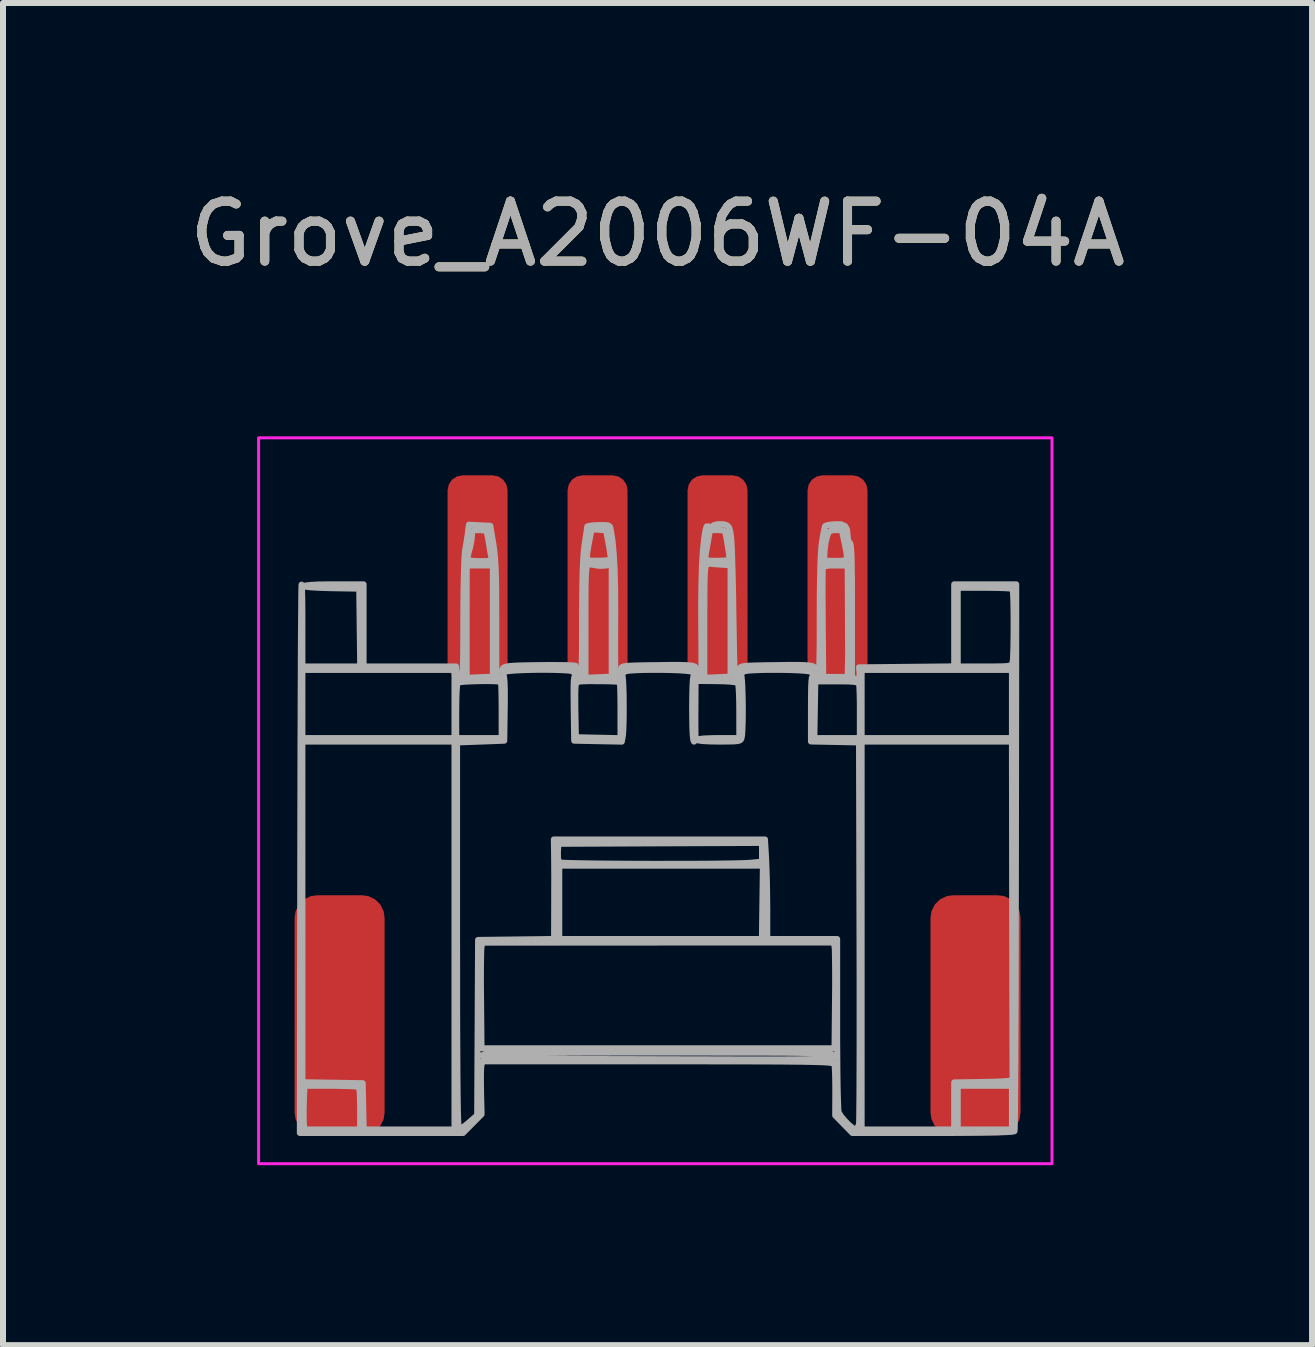
<source format=kicad_pcb>
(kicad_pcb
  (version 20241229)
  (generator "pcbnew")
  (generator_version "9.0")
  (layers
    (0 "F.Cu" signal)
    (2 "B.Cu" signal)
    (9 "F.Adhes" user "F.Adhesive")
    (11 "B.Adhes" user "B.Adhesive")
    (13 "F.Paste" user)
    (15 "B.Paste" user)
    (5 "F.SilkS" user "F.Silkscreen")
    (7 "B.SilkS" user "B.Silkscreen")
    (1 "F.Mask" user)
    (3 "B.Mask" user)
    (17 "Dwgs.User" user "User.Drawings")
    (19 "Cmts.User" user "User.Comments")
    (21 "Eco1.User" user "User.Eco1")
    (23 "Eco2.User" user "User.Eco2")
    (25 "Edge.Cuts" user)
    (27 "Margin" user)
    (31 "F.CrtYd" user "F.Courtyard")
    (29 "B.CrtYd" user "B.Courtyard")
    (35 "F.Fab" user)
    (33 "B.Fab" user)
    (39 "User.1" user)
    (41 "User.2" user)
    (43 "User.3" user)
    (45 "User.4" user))
  (footprint "Grove_A2006WF-04A"
    (layer "F.Cu")
    (at 7.911 10.373)
    (property "Reference" "Grove_A2006WF-04A" (at 0 -9.525 0) (unlocked yes) (layer "F.SilkS") (effects (font (size 1 1) (thickness 0.15))))
    (attr smd)
    (fp_rect (start -6.65 -6.125) (end 6.575 5.975) (stroke (width 0.05) (type solid)) (fill no) (layer "F.CrtYd"))
    (fp_poly (pts (xy -0.609 -2.216) (xy -0.613 -2.263) (xy -0.608 -2.285) (xy -0.597 -2.301) (xy -0.571 -2.313) (xy -0.524 -2.322) (xy -0.446 -2.327) (xy -0.332 -2.331) (xy -0.174 -2.334) (xy -0.003 -2.336) (xy 0.203 -2.339) (xy 0.358 -2.339) (xy 0.47 -2.336) (xy 0.547 -2.331) (xy 0.595 -2.322) (xy 0.624 -2.309) (xy 0.635 -2.299) (xy 0.658 -2.255) (xy 0.635 -2.218) (xy 0.601 -2.198) (xy 0.585 -2.219) (xy 0.553 -2.231) (xy 0.473 -2.241) (xy 0.358 -2.249) (xy 0.217 -2.254) (xy 0.063 -2.257) (xy -0.095 -2.257) (xy -0.244 -2.255) (xy -0.375 -2.25) (xy -0.475 -2.243) (xy -0.535 -2.233) (xy -0.545 -2.227) (xy -0.582 -2.197)) (stroke (width 0.1) (type solid)) (fill no) (layer "F.Fab"))
    (fp_poly (pts (xy 1.372 -2.216) (xy 1.368 -2.263) (xy 1.372 -2.285) (xy 1.384 -2.301) (xy 1.409 -2.313) (xy 1.457 -2.322) (xy 1.534 -2.327) (xy 1.648 -2.331) (xy 1.807 -2.334) (xy 1.978 -2.336) (xy 2.183 -2.339) (xy 2.339 -2.339) (xy 2.451 -2.336) (xy 2.527 -2.331) (xy 2.576 -2.322) (xy 2.605 -2.309) (xy 2.616 -2.299) (xy 2.639 -2.255) (xy 2.616 -2.218) (xy 2.582 -2.198) (xy 2.565 -2.219) (xy 2.533 -2.231) (xy 2.454 -2.241) (xy 2.339 -2.249) (xy 2.198 -2.254) (xy 2.044 -2.257) (xy 1.886 -2.257) (xy 1.736 -2.255) (xy 1.606 -2.25) (xy 1.505 -2.243) (xy 1.446 -2.233) (xy 1.435 -2.227) (xy 1.399 -2.197)) (stroke (width 0.1) (type solid)) (fill no) (layer "F.Fab"))
    (fp_poly (pts (xy -1.404 -2.22) (xy -1.405 -2.227) (xy -1.432 -2.238) (xy -1.507 -2.247) (xy -1.618 -2.253) (xy -1.756 -2.257) (xy -1.909 -2.258) (xy -2.066 -2.257) (xy -2.218 -2.253) (xy -2.352 -2.247) (xy -2.46 -2.239) (xy -2.528 -2.229) (xy -2.549 -2.219) (xy -2.574 -2.2) (xy -2.587 -2.206) (xy -2.594 -2.246) (xy -2.58 -2.279) (xy -2.563 -2.296) (xy -2.533 -2.309) (xy -2.48 -2.319) (xy -2.398 -2.326) (xy -2.278 -2.331) (xy -2.113 -2.334) (xy -1.968 -2.336) (xy -1.789 -2.338) (xy -1.631 -2.337) (xy -1.502 -2.335) (xy -1.411 -2.331) (xy -1.368 -2.325) (xy -1.366 -2.324) (xy -1.348 -2.281) (xy -1.35 -2.23) (xy -1.37 -2.199) (xy -1.375 -2.197)) (stroke (width 0.1) (type solid)) (fill no) (layer "F.Fab"))
    (fp_poly (pts (xy -1.39 -1.076) (xy -1.398 -1.629) (xy -1.4 -1.826) (xy -1.4 -1.971) (xy -1.397 -2.069) (xy -1.39 -2.127) (xy -1.381 -2.149) (xy -1.37 -2.146) (xy -1.341 -2.119) (xy -1.318 -2.106) (xy -1.299 -2.112) (xy -1.285 -2.141) (xy -1.275 -2.2) (xy -1.267 -2.291) (xy -1.263 -2.421) (xy -1.26 -2.595) (xy -1.259 -2.817) (xy -1.258 -3.092) (xy -1.258 -3.093) (xy -1.257 -3.411) (xy -1.254 -3.677) (xy -1.249 -3.897) (xy -1.241 -4.075) (xy -1.231 -4.219) (xy -1.218 -4.334) (xy -1.215 -4.353) (xy -1.197 -4.474) (xy -1.182 -4.572) (xy -1.174 -4.633) (xy -1.172 -4.647) (xy -1.145 -4.657) (xy -1.076 -4.665) (xy -0.983 -4.67) (xy -0.881 -4.671) (xy -0.823 -4.665) (xy -0.795 -4.647) (xy -0.782 -4.612) (xy -0.782 -4.609) (xy -0.752 -4.418) (xy -0.73 -4.191) (xy -0.725 -4.095) (xy -0.78 -4.095) (xy -0.78 -4.126) (xy -0.79 -4.201) (xy -0.807 -4.305) (xy -0.814 -4.344) (xy -0.858 -4.583) (xy -0.978 -4.592) (xy -1.099 -4.601) (xy -1.147 -4.353) (xy -1.171 -4.216) (xy -1.178 -4.13) (xy -1.168 -4.089) (xy -1.165 -4.087) (xy -1.124 -4.079) (xy -1.047 -4.076) (xy -0.954 -4.076) (xy -0.865 -4.081) (xy -0.801 -4.088) (xy -0.78 -4.095) (xy -0.725 -4.095) (xy -0.72 -4.011) (xy -0.764 -4.011) (xy -0.873 -3.995) (xy -0.961 -3.99) (xy -1.033 -3.999) (xy -1.04 -4.001) (xy -1.112 -4.014) (xy -1.149 -4.01) (xy -1.163 -4.003) (xy -1.175 -3.986) (xy -1.184 -3.953) (xy -1.19 -3.898) (xy -1.195 -3.816) (xy -1.198 -3.699) (xy -1.2 -3.543) (xy -1.201 -3.341) (xy -1.201 -3.088) (xy -1.201 -3.061) (xy -1.201 -2.125) (xy -0.764 -2.144) (xy -0.764 -4.011) (xy -0.72 -4.011) (xy -0.715 -3.923) (xy -0.707 -3.607) (xy -0.705 -3.261) (xy -0.706 -2.971) (xy -0.707 -2.735) (xy -0.707 -2.546) (xy -0.706 -2.4) (xy -0.705 -2.29) (xy -0.702 -2.212) (xy -0.699 -2.161) (xy -0.694 -2.13) (xy -0.687 -2.115) (xy -0.678 -2.11) (xy -0.667 -2.11) (xy -0.662 -2.11) (xy -0.623 -2.126) (xy -0.618 -2.139) (xy -0.597 -2.167) (xy -0.59 -2.168) (xy -0.581 -2.141) (xy -0.574 -2.067) (xy -0.569 -1.957) (xy -0.565 -1.822) (xy -0.564 -1.674) (xy -0.564 -1.523) (xy -0.566 -1.382) (xy -0.57 -1.261) (xy -0.576 -1.171) (xy -0.581 -1.14) (xy -0.585 -1.118) (xy -0.618 -1.118) (xy -0.618 -1.58) (xy -0.619 -1.738) (xy -0.621 -1.874) (xy -0.624 -1.978) (xy -0.628 -2.041) (xy -0.631 -2.054) (xy -0.663 -2.059) (xy -0.742 -2.063) (xy -0.855 -2.067) (xy -0.992 -2.068) (xy -0.995 -2.068) (xy -1.144 -2.069) (xy -1.244 -2.066) (xy -1.307 -2.06) (xy -1.341 -2.048) (xy -1.357 -2.028) (xy -1.363 -2.01) (xy -1.368 -1.96) (xy -1.371 -1.864) (xy -1.371 -1.735) (xy -1.37 -1.585) (xy -1.369 -1.542) (xy -1.361 -1.134) (xy -0.99 -1.126) (xy -0.618 -1.118) (xy -0.585 -1.118) (xy -0.596 -1.06)) (stroke (width 0.1) (type solid)) (fill no) (layer "F.Fab"))
    (fp_poly (pts (xy 0.595 -1.088) (xy 0.586 -1.168) (xy 0.58 -1.302) (xy 0.577 -1.493) (xy 0.576 -1.615) (xy 0.578 -1.822) (xy 0.582 -1.984) (xy 0.589 -2.098) (xy 0.599 -2.159) (xy 0.605 -2.168) (xy 0.634 -2.146) (xy 0.634 -2.139) (xy 0.658 -2.114) (xy 0.685 -2.11) (xy 0.7 -2.113) (xy 0.711 -2.127) (xy 0.719 -2.157) (xy 0.725 -2.209) (xy 0.729 -2.289) (xy 0.731 -2.404) (xy 0.731 -2.559) (xy 0.73 -2.76) (xy 0.728 -3.013) (xy 0.728 -3.02) (xy 0.727 -3.406) (xy 0.732 -3.738) (xy 0.741 -4.021) (xy 0.757 -4.259) (xy 0.778 -4.456) (xy 0.801 -4.594) (xy 0.818 -4.647) (xy 0.845 -4.65) (xy 0.854 -4.643) (xy 0.891 -4.63) (xy 0.901 -4.641) (xy 0.938 -4.67) (xy 1.01 -4.686) (xy 1.094 -4.684) (xy 1.13 -4.677) (xy 1.17 -4.659) (xy 1.196 -4.624) (xy 1.213 -4.558) (xy 1.226 -4.468) (xy 1.232 -4.396) (xy 1.238 -4.273) (xy 1.244 -4.115) (xy 1.197 -4.115) (xy 1.192 -4.183) (xy 1.183 -4.244) (xy 1.165 -4.353) (xy 1.149 -4.454) (xy 1.142 -4.491) (xy 1.128 -4.55) (xy 1.1 -4.578) (xy 1.039 -4.586) (xy 1 -4.586) (xy 0.874 -4.586) (xy 0.84 -4.389) (xy 0.821 -4.282) (xy 0.805 -4.193) (xy 0.796 -4.143) (xy 0.81 -4.094) (xy 0.834 -4.081) (xy 0.885 -4.076) (xy 0.97 -4.075) (xy 1.066 -4.077) (xy 1.15 -4.082) (xy 1.191 -4.087) (xy 1.197 -4.115) (xy 1.244 -4.115) (xy 1.244 -4.108) (xy 1.247 -4.001) (xy 1.217 -4.001) (xy 1.049 -4.011) (xy 0.958 -4.018) (xy 0.896 -4.024) (xy 0.877 -4.027) (xy 0.85 -4.023) (xy 0.826 -4.015) (xy 0.813 -4.005) (xy 0.803 -3.981) (xy 0.795 -3.937) (xy 0.789 -3.868) (xy 0.785 -3.768) (xy 0.782 -3.63) (xy 0.781 -3.449) (xy 0.78 -3.22) (xy 0.78 -3.061) (xy 0.78 -2.125) (xy 1.217 -2.144) (xy 1.217 -4.001) (xy 1.247 -4.001) (xy 1.25 -3.908) (xy 1.256 -3.683) (xy 1.261 -3.438) (xy 1.264 -3.195) (xy 1.269 -2.91) (xy 1.273 -2.678) (xy 1.277 -2.494) (xy 1.282 -2.353) (xy 1.288 -2.25) (xy 1.294 -2.179) (xy 1.302 -2.136) (xy 1.312 -2.114) (xy 1.321 -2.11) (xy 1.358 -2.126) (xy 1.363 -2.139) (xy 1.385 -2.167) (xy 1.392 -2.168) (xy 1.401 -2.141) (xy 1.408 -2.067) (xy 1.414 -1.957) (xy 1.418 -1.822) (xy 1.421 -1.673) (xy 1.421 -1.523) (xy 1.419 -1.381) (xy 1.415 -1.259) (xy 1.409 -1.169) (xy 1.402 -1.127) (xy 1.393 -1.1) (xy 1.374 -1.081) (xy 1.335 -1.07) (xy 1.268 -1.064) (xy 1.161 -1.062) (xy 1.024 -1.061) (xy 0.867 -1.064) (xy 0.751 -1.07) (xy 0.681 -1.08) (xy 0.664 -1.091) (xy 0.692 -1.103) (xy 0.771 -1.113) (xy 0.895 -1.118) (xy 1.013 -1.12) (xy 1.363 -1.12) (xy 1.362 -1.564) (xy 1.361 -1.72) (xy 1.357 -1.856) (xy 1.351 -1.961) (xy 1.344 -2.025) (xy 1.34 -2.037) (xy 1.304 -2.049) (xy 1.221 -2.059) (xy 1.104 -2.066) (xy 0.977 -2.069) (xy 0.634 -2.072) (xy 0.632 -1.676) (xy 0.631 -1.519) (xy 0.631 -1.374) (xy 0.632 -1.256) (xy 0.633 -1.178) (xy 0.634 -1.171) (xy 0.63 -1.099) (xy 0.613 -1.063) (xy 0.607 -1.061)) (stroke (width 0.1) (type solid)) (fill no) (layer "F.Fab"))
    (fp_poly (pts (xy -5.956 0.9) (xy -5.955 0.389) (xy -5.954 -0.106) (xy -5.953 -0.582) (xy -5.952 -1.036) (xy -5.95 -1.465) (xy -5.949 -1.865) (xy -5.947 -2.234) (xy -5.946 -2.568) (xy -5.944 -2.864) (xy -5.942 -3.119) (xy -5.94 -3.331) (xy -5.939 -3.495) (xy -5.937 -3.608) (xy -5.935 -3.669) (xy -5.934 -3.678) (xy -5.93 -3.654) (xy -5.926 -3.58) (xy -5.923 -3.464) (xy -5.921 -3.312) (xy -5.92 -3.134) (xy -5.92 -3.003) (xy -5.92 -2.314) (xy -4.957 -2.314) (xy -4.965 -2.962) (xy -4.973 -3.61) (xy -5.432 -3.618) (xy -5.632 -3.624) (xy -5.776 -3.632) (xy -5.862 -3.642) (xy -5.892 -3.653) (xy -5.866 -3.664) (xy -5.785 -3.673) (xy -5.649 -3.68) (xy -5.459 -3.683) (xy -5.395 -3.683) (xy -4.9 -3.683) (xy -4.9 -2.314) (xy -3.36 -2.314) (xy -3.354 -2.256) (xy -3.385 -2.256) (xy -5.92 -2.256) (xy -5.92 -1.12) (xy -3.385 -1.12) (xy -3.385 -2.256) (xy -3.354 -2.256) (xy -3.351 -2.22) (xy -3.328 -2.141) (xy -3.291 -2.115) (xy -3.277 -2.116) (xy -3.266 -2.127) (xy -3.257 -2.154) (xy -3.251 -2.203) (xy -3.246 -2.279) (xy -3.243 -2.388) (xy -3.24 -2.536) (xy -3.239 -2.728) (xy -3.238 -2.97) (xy -3.238 -3.106) (xy -3.237 -3.348) (xy -3.234 -3.578) (xy -3.23 -3.788) (xy -3.225 -3.969) (xy -3.219 -4.113) (xy -3.213 -4.212) (xy -3.208 -4.251) (xy -3.187 -4.373) (xy -3.167 -4.501) (xy -3.162 -4.536) (xy -3.145 -4.676) (xy -2.966 -4.667) (xy -2.788 -4.659) (xy -2.739 -4.368) (xy -2.722 -4.253) (xy -2.709 -4.125) (xy -2.707 -4.088) (xy -2.758 -4.088) (xy -2.758 -4.089) (xy -2.769 -4.127) (xy -2.785 -4.206) (xy -2.803 -4.311) (xy -2.805 -4.327) (xy -2.823 -4.434) (xy -2.839 -4.518) (xy -2.85 -4.562) (xy -2.851 -4.564) (xy -2.886 -4.578) (xy -2.956 -4.586) (xy -2.979 -4.586) (xy -3.053 -4.583) (xy -3.086 -4.563) (xy -3.094 -4.514) (xy -3.094 -4.491) (xy -3.103 -4.405) (xy -3.125 -4.299) (xy -3.138 -4.255) (xy -3.16 -4.17) (xy -3.169 -4.108) (xy -3.167 -4.091) (xy -3.134 -4.081) (xy -3.058 -4.072) (xy -2.956 -4.069) (xy -2.949 -4.069) (xy -2.851 -4.071) (xy -2.783 -4.078) (xy -2.758 -4.088) (xy -2.707 -4.088) (xy -2.701 -3.997) (xy -2.745 -3.997) (xy -3.181 -3.997) (xy -3.182 -3.061) (xy -3.182 -2.125) (xy -2.745 -2.144) (xy -2.745 -3.997) (xy -2.701 -3.997) (xy -2.7 -3.976) (xy -2.693 -3.795) (xy -2.69 -3.574) (xy -2.689 -3.305) (xy -2.689 -3.29) (xy -2.688 -3.069) (xy -2.688 -2.858) (xy -2.688 -2.665) (xy -2.688 -2.5) (xy -2.687 -2.375) (xy -2.687 -2.307) (xy -2.684 -2.198) (xy -2.674 -2.137) (xy -2.654 -2.112) (xy -2.643 -2.11) (xy -2.604 -2.126) (xy -2.599 -2.139) (xy -2.577 -2.167) (xy -2.569 -2.168) (xy -2.558 -2.139) (xy -2.55 -2.054) (xy -2.546 -1.913) (xy -2.546 -1.718) (xy -2.547 -1.622) (xy -2.548 -1.581) (xy -2.599 -1.581) (xy -2.6 -1.739) (xy -2.602 -1.875) (xy -2.605 -1.979) (xy -2.609 -2.041) (xy -2.611 -2.054) (xy -2.649 -2.063) (xy -2.729 -2.068) (xy -2.839 -2.07) (xy -2.963 -2.069) (xy -3.089 -2.065) (xy -3.202 -2.06) (xy -3.287 -2.052) (xy -3.331 -2.042) (xy -3.334 -2.04) (xy -3.341 -2.001) (xy -3.348 -1.915) (xy -3.353 -1.792) (xy -3.355 -1.644) (xy -3.356 -1.564) (xy -3.356 -1.12) (xy -2.599 -1.12) (xy -2.599 -1.581) (xy -2.548 -1.581) (xy -2.555 -1.076) (xy -2.948 -1.061) (xy -3.385 -1.061) (xy -5.92 -1.061) (xy -5.92 4.617) (xy -5.417 4.625) (xy -4.915 4.633) (xy -4.906 5.019) (xy -4.906 5.06) (xy -4.958 5.06) (xy -4.96 4.924) (xy -4.964 4.81) (xy -4.97 4.73) (xy -4.978 4.696) (xy -5.012 4.69) (xy -5.094 4.684) (xy -5.214 4.68) (xy -5.359 4.677) (xy -5.442 4.677) (xy -5.886 4.677) (xy -5.896 4.946) (xy -5.899 5.078) (xy -5.899 5.198) (xy -5.897 5.288) (xy -5.896 5.31) (xy -5.887 5.405) (xy -4.958 5.405) (xy -4.958 5.06) (xy -4.906 5.06) (xy -4.898 5.405) (xy -3.385 5.405) (xy -3.385 -1.061) (xy -2.948 -1.061) (xy -3.342 -1.047) (xy -3.342 2.169) (xy -3.341 2.723) (xy -3.341 3.221) (xy -3.34 3.662) (xy -3.338 4.051) (xy -3.336 4.386) (xy -3.334 4.671) (xy -3.331 4.907) (xy -3.328 5.094) (xy -3.324 5.235) (xy -3.319 5.332) (xy -3.314 5.384) (xy -3.31 5.396) (xy -3.273 5.384) (xy -3.209 5.341) (xy -3.143 5.287) (xy -3.007 5.168) (xy -2.992 2.245) (xy -2.359 2.237) (xy -1.725 2.229) (xy -1.723 1.625) (xy -1.723 1.426) (xy -1.722 1.23) (xy -1.723 1.052) (xy -1.724 0.904) (xy -1.725 0.8) (xy -1.725 0.795) (xy -1.729 0.57) (xy 1.791 0.57) (xy 1.794 0.628) (xy 1.741 0.628) (xy 0.045 0.635) (xy -1.652 0.643) (xy -1.661 0.785) (xy -1.659 0.894) (xy -1.636 0.95) (xy -1.632 0.952) (xy -1.596 0.957) (xy -1.509 0.961) (xy -1.376 0.965) (xy -1.205 0.968) (xy -1.001 0.971) (xy -0.773 0.973) (xy -0.525 0.975) (xy -0.265 0.976) (xy 0.001 0.977) (xy 0.266 0.976) (xy 0.523 0.976) (xy 0.767 0.975) (xy 0.99 0.973) (xy 1.186 0.97) (xy 1.348 0.967) (xy 1.471 0.963) (xy 1.545 0.959) (xy 1.741 0.94) (xy 1.741 0.628) (xy 1.794 0.628) (xy 1.81 0.897) (xy 1.814 1.007) (xy 1.756 1.007) (xy 0.059 1.007) (xy -1.638 1.007) (xy -1.638 2.23) (xy 1.739 2.23) (xy 1.756 1.007) (xy 1.814 1.007) (xy 1.816 1.044) (xy 1.822 1.23) (xy 1.826 1.435) (xy 1.828 1.639) (xy 1.829 1.728) (xy 1.829 2.23) (xy 2.994 2.23) (xy 2.994 2.821) (xy 2.96 2.821) (xy 2.959 2.647) (xy 2.957 2.506) (xy 2.955 2.406) (xy 2.951 2.355) (xy 2.95 2.354) (xy 2.934 2.288) (xy 0.008 2.289) (xy -2.919 2.291) (xy -2.934 2.355) (xy -2.938 2.4) (xy -2.941 2.495) (xy -2.943 2.633) (xy -2.944 2.804) (xy -2.944 3) (xy -2.942 3.214) (xy -2.942 3.235) (xy -2.934 4.051) (xy 2.95 4.051) (xy 2.958 3.235) (xy 2.96 3.02) (xy 2.96 2.821) (xy 2.994 2.821) (xy 2.994 3.641) (xy 2.994 3.924) (xy 2.996 4.182) (xy 2.936 4.182) (xy 2.935 4.172) (xy 2.93 4.164) (xy 2.919 4.156) (xy 2.897 4.15) (xy 2.861 4.145) (xy 2.809 4.14) (xy 2.735 4.136) (xy 2.638 4.133) (xy 2.514 4.13) (xy 2.359 4.128) (xy 2.171 4.126) (xy 1.945 4.125) (xy 1.678 4.124) (xy 1.368 4.124) (xy 1.01 4.124) (xy 0.602 4.123) (xy 0.14 4.123) (xy 0.006 4.123) (xy -0.472 4.123) (xy -0.895 4.124) (xy -1.267 4.124) (xy -1.59 4.125) (xy -1.869 4.125) (xy -2.105 4.127) (xy -2.304 4.128) (xy -2.467 4.13) (xy -2.599 4.133) (xy -2.702 4.136) (xy -2.781 4.14) (xy -2.838 4.144) (xy -2.876 4.15) (xy -2.899 4.156) (xy -2.911 4.163) (xy -2.914 4.171) (xy -2.914 4.174) (xy -2.91 4.183) (xy -2.899 4.19) (xy -2.878 4.197) (xy -2.843 4.202) (xy -2.791 4.207) (xy -2.719 4.212) (xy -2.624 4.215) (xy -2.501 4.219) (xy -2.348 4.221) (xy -2.161 4.223) (xy -1.938 4.225) (xy -1.674 4.227) (xy -1.366 4.229) (xy -1.011 4.23) (xy -0.605 4.231) (xy -0.146 4.232) (xy 0.016 4.233) (xy 0.492 4.234) (xy 0.914 4.235) (xy 1.284 4.236) (xy 1.606 4.236) (xy 1.883 4.236) (xy 2.119 4.236) (xy 2.316 4.235) (xy 2.479 4.233) (xy 2.611 4.231) (xy 2.714 4.228) (xy 2.793 4.225) (xy 2.85 4.22) (xy 2.89 4.215) (xy 2.915 4.209) (xy 2.928 4.202) (xy 2.934 4.194) (xy 2.936 4.184) (xy 2.936 4.182) (xy 2.996 4.182) (xy 2.996 4.191) (xy 2.998 4.436) (xy 3.001 4.653) (xy 3.005 4.835) (xy 3.01 4.978) (xy 3.014 5.074) (xy 3.02 5.119) (xy 3.02 5.119) (xy 3.056 5.18) (xy 3.117 5.253) (xy 3.187 5.325) (xy 3.253 5.38) (xy 3.3 5.405) (xy 3.303 5.405) (xy 3.333 5.38) (xy 3.356 5.318) (xy 3.358 5.31) (xy 3.36 5.269) (xy 3.362 5.173) (xy 3.363 5.027) (xy 3.365 4.834) (xy 3.366 4.599) (xy 3.367 4.325) (xy 3.368 4.016) (xy 3.368 3.676) (xy 3.368 3.31) (xy 3.368 2.92) (xy 3.367 2.511) (xy 3.366 2.087) (xy 3.366 2.084) (xy 3.358 -1.047) (xy 2.957 -1.055) (xy 2.557 -1.063) (xy 2.557 -1.622) (xy 2.558 -1.821) (xy 2.56 -1.968) (xy 2.565 -2.068) (xy 2.572 -2.126) (xy 2.582 -2.148) (xy 2.592 -2.145) (xy 2.62 -2.119) (xy 2.643 -2.106) (xy 2.661 -2.112) (xy 2.676 -2.14) (xy 2.686 -2.196) (xy 2.693 -2.285) (xy 2.698 -2.412) (xy 2.701 -2.581) (xy 2.703 -2.798) (xy 2.703 -3.067) (xy 2.703 -3.137) (xy 2.704 -3.473) (xy 2.708 -3.755) (xy 2.713 -3.986) (xy 2.721 -4.17) (xy 2.731 -4.311) (xy 2.743 -4.405) (xy 2.762 -4.516) (xy 2.779 -4.603) (xy 2.791 -4.651) (xy 2.793 -4.656) (xy 2.835 -4.67) (xy 2.911 -4.681) (xy 2.993 -4.686) (xy 3.058 -4.683) (xy 3.067 -4.681) (xy 3.128 -4.652) (xy 3.159 -4.595) (xy 3.168 -4.495) (xy 3.168 -4.494) (xy 3.177 -4.42) (xy 3.2 -4.378) (xy 3.205 -4.375) (xy 3.215 -4.359) (xy 3.223 -4.316) (xy 3.229 -4.241) (xy 3.234 -4.133) (xy 3.158 -4.133) (xy 3.148 -4.212) (xy 3.128 -4.319) (xy 3.121 -4.353) (xy 3.071 -4.586) (xy 2.964 -4.586) (xy 2.893 -4.58) (xy 2.854 -4.553) (xy 2.827 -4.486) (xy 2.824 -4.477) (xy 2.801 -4.378) (xy 2.786 -4.262) (xy 2.783 -4.222) (xy 2.775 -4.077) (xy 2.958 -4.073) (xy 3.056 -4.075) (xy 3.128 -4.083) (xy 3.156 -4.094) (xy 3.158 -4.133) (xy 3.234 -4.133) (xy 3.234 -4.13) (xy 3.237 -3.979) (xy 3.24 -3.782) (xy 3.241 -3.536) (xy 3.241 -3.236) (xy 3.241 -2.576) (xy 3.177 -2.576) (xy 3.176 -2.63) (xy 3.176 -2.732) (xy 3.175 -2.874) (xy 3.174 -3.045) (xy 3.173 -3.235) (xy 3.173 -3.329) (xy 3.169 -3.995) (xy 2.966 -3.997) (xy 2.855 -3.995) (xy 2.79 -3.985) (xy 2.76 -3.966) (xy 2.755 -3.952) (xy 2.753 -3.912) (xy 2.752 -3.822) (xy 2.751 -3.689) (xy 2.751 -3.52) (xy 2.752 -3.323) (xy 2.754 -3.105) (xy 2.754 -3.023) (xy 2.762 -2.139) (xy 3.169 -2.139) (xy 3.173 -2.314) (xy 3.175 -2.426) (xy 3.176 -2.527) (xy 3.177 -2.576) (xy 3.241 -2.576) (xy 3.241 -2.11) (xy 3.309 -2.11) (xy 3.355 -2.118) (xy 3.37 -2.153) (xy 3.367 -2.205) (xy 3.358 -2.299) (xy 4.152 -2.307) (xy 4.945 -2.315) (xy 4.945 -3.683) (xy 5.462 -3.683) (xy 5.979 -3.683) (xy 5.979 -2.969) (xy 5.935 -2.969) (xy 5.935 -3.133) (xy 5.933 -3.288) (xy 5.93 -3.424) (xy 5.926 -3.528) (xy 5.92 -3.592) (xy 5.916 -3.605) (xy 5.882 -3.612) (xy 5.8 -3.618) (xy 5.68 -3.622) (xy 5.534 -3.624) (xy 5.45 -3.625) (xy 5.004 -3.625) (xy 5.004 -2.314) (xy 5.452 -2.314) (xy 5.622 -2.314) (xy 5.743 -2.316) (xy 5.824 -2.32) (xy 5.873 -2.329) (xy 5.899 -2.342) (xy 5.912 -2.362) (xy 5.917 -2.38) (xy 5.924 -2.431) (xy 5.928 -2.526) (xy 5.932 -2.654) (xy 5.934 -2.805) (xy 5.935 -2.969) (xy 5.979 -2.969) (xy 5.978 -2.256) (xy 5.907 -2.256) (xy 3.402 -2.256) (xy 3.402 -1.554) (xy 3.372 -1.554) (xy 3.372 -1.71) (xy 3.369 -1.846) (xy 3.365 -1.952) (xy 3.36 -2.016) (xy 3.358 -2.028) (xy 3.336 -2.045) (xy 3.282 -2.056) (xy 3.187 -2.063) (xy 3.045 -2.065) (xy 2.986 -2.065) (xy 2.63 -2.064) (xy 2.622 -1.592) (xy 2.614 -1.12) (xy 3.372 -1.12) (xy 3.372 -1.554) (xy 3.402 -1.554) (xy 3.402 -1.12) (xy 5.907 -1.12) (xy 5.907 -2.256) (xy 5.978 -2.256) (xy 5.974 0.861) (xy 5.973 1.371) (xy 5.972 1.865) (xy 5.971 2.341) (xy 5.97 2.795) (xy 5.969 3.223) (xy 5.967 3.623) (xy 5.965 3.991) (xy 5.964 4.325) (xy 5.962 4.569) (xy 5.918 4.569) (xy 5.918 4.568) (xy 5.918 4.534) (xy 5.917 4.446) (xy 5.917 4.308) (xy 5.916 4.124) (xy 5.915 3.897) (xy 5.915 3.633) (xy 5.914 3.335) (xy 5.913 3.007) (xy 5.913 2.653) (xy 5.912 2.277) (xy 5.911 1.883) (xy 5.911 1.735) (xy 5.907 -1.061) (xy 3.402 -1.061) (xy 3.402 5.405) (xy 4.945 5.405) (xy 4.945 4.62) (xy 5.433 4.612) (xy 5.623 4.608) (xy 5.761 4.602) (xy 5.852 4.594) (xy 5.902 4.583) (xy 5.918 4.569) (xy 5.962 4.569) (xy 5.962 4.621) (xy 5.961 4.677) (xy 5.907 4.677) (xy 5.004 4.677) (xy 5.004 5.405) (xy 5.907 5.405) (xy 5.907 4.677) (xy 5.961 4.677) (xy 5.96 4.877) (xy 5.958 5.088) (xy 5.956 5.252) (xy 5.954 5.365) (xy 5.952 5.425) (xy 5.95 5.434) (xy 5.916 5.442) (xy 5.826 5.448) (xy 5.679 5.454) (xy 5.478 5.458) (xy 5.224 5.461) (xy 4.918 5.463) (xy 4.59 5.463) (xy 3.247 5.463) (xy 3.104 5.317) (xy 2.961 5.17) (xy 2.963 4.765) (xy 2.962 4.615) (xy 2.959 4.482) (xy 2.955 4.381) (xy 2.949 4.322) (xy 2.947 4.315) (xy 2.94 4.307) (xy 2.923 4.301) (xy 2.892 4.295) (xy 2.844 4.29) (xy 2.776 4.285) (xy 2.685 4.282) (xy 2.567 4.279) (xy 2.419 4.276) (xy 2.237 4.274) (xy 2.019 4.272) (xy 1.761 4.271) (xy 1.46 4.27) (xy 1.112 4.27) (xy 0.714 4.269) (xy 0.263 4.269) (xy 0.006 4.269) (xy -2.918 4.269) (xy -2.935 4.336) (xy -2.941 4.389) (xy -2.944 4.488) (xy -2.944 4.617) (xy -2.942 4.764) (xy -2.942 4.777) (xy -2.933 5.151) (xy -3.087 5.307) (xy -3.242 5.463) (xy -4.603 5.463) (xy -5.963 5.463)) (stroke (width 0.1) (type solid)) (fill no) (layer "F.Fab"))
    (fp_text user "${REFERENCE}" (at 0 -9.525 0) (unlocked yes) (layer "F.Fab") (effects (font (size 1 1) (thickness 0.15))))
    (pad "1" smd roundrect (at -3 -3.8) (size 1 3.4) (layers "F.Cu" "F.Mask" "F.Paste") (roundrect_rratio 0.25))
    (pad "2" smd roundrect (at -1 -3.8) (size 1 3.4) (layers "F.Cu" "F.Mask" "F.Paste") (roundrect_rratio 0.25))
    (pad "3" smd roundrect (at 1 -3.8) (size 1 3.4) (layers "F.Cu" "F.Mask" "F.Paste") (roundrect_rratio 0.25))
    (pad "4" smd roundrect (at 3 -3.8) (size 1 3.4) (layers "F.Cu" "F.Mask" "F.Paste") (roundrect_rratio 0.25))
    (pad "MP" smd roundrect (at -5.3 3.5) (size 1.5 4) (layers "F.Cu" "F.Mask" "F.Paste") (roundrect_rratio 0.25))
    (pad "MP" smd roundrect (at 5.3 3.5) (size 1.5 4) (layers "F.Cu" "F.Mask" "F.Paste") (roundrect_rratio 0.25)))
  (gr_rect
    (start -3 -3)
    (end 18.821 19.373)
    (stroke (width 0.1) (type default))
    (fill no)
    (layer "Edge.Cuts")))
</source>
